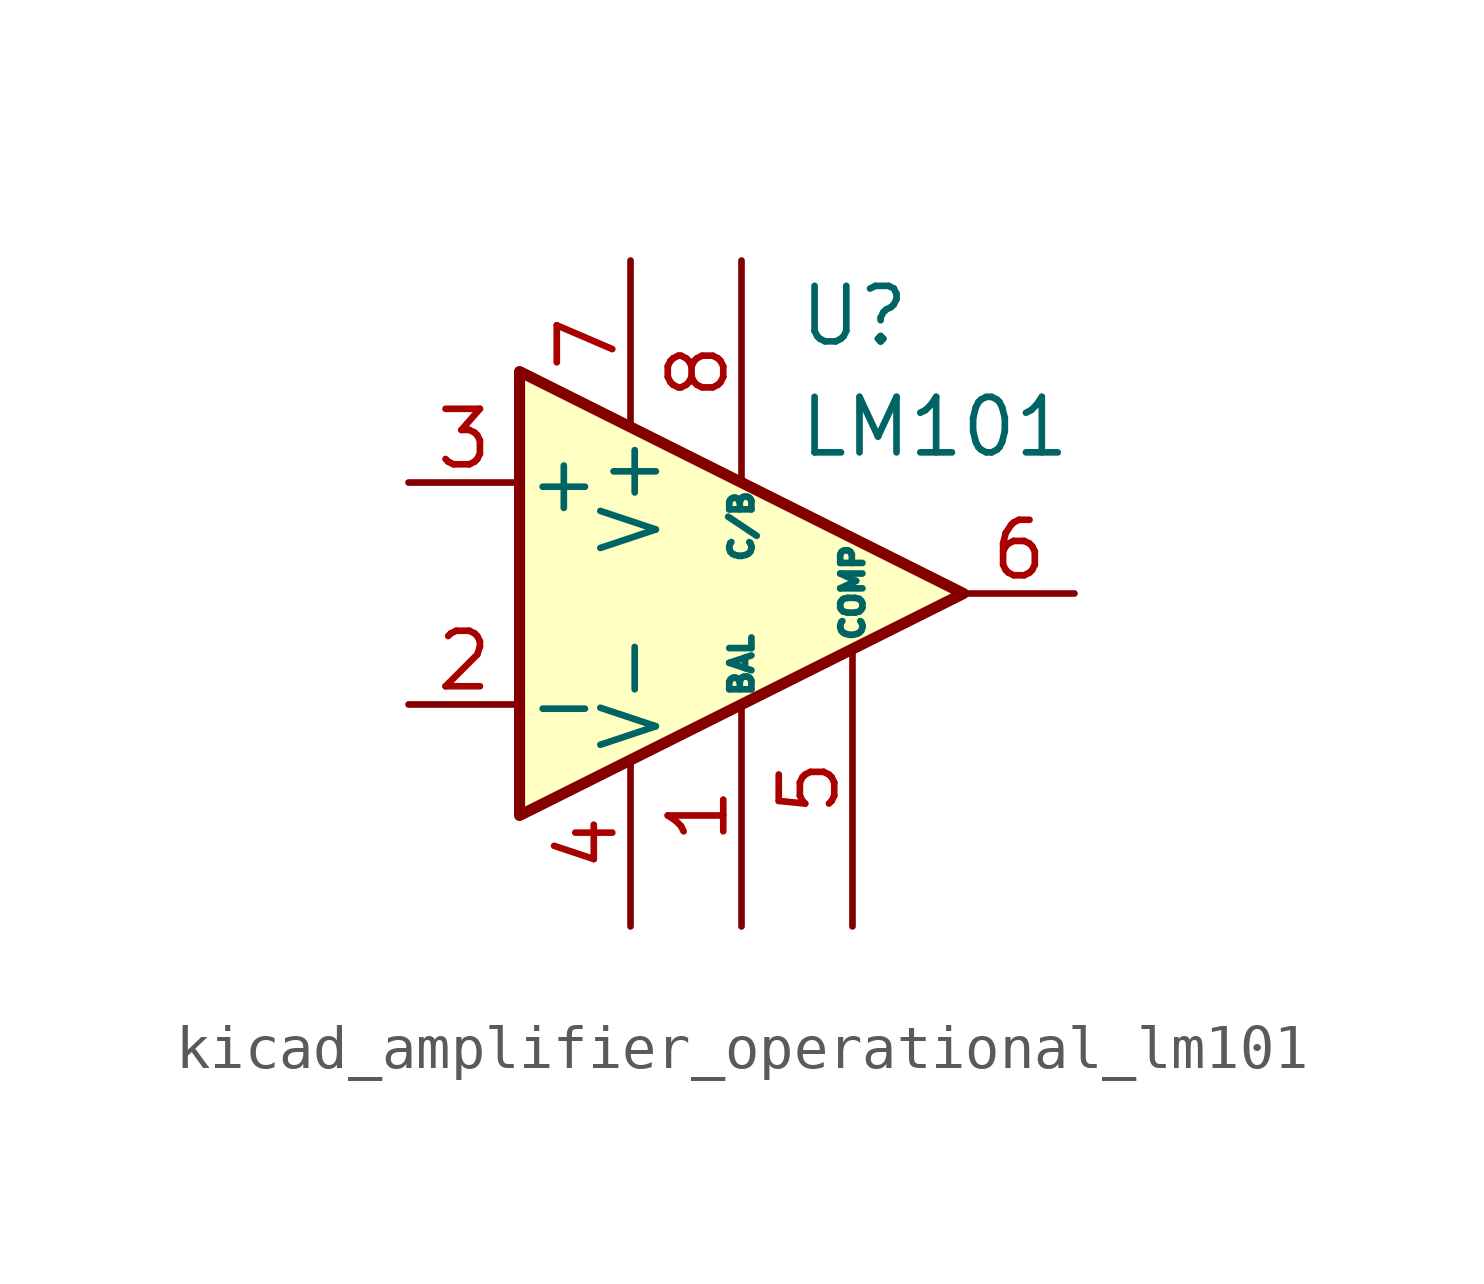
<source format=kicad_sym>
(kicad_symbol_lib
  (version 20220914)
  (generator kicad_symbol_editor)
  (symbol "kicad_amplifier_operational_lm101"
    (pin_names
      (offset 0.127))
    (property "Reference" "U"
      (at 1.27 6.35 0)
      (effects (font (size 1.27 1.27)) (justify left)))
    (property "Value" "LM101"
      (at 1.27 3.81 0)
      (effects (font (size 1.27 1.27)) (justify left)))
    (symbol "kicad_amplifier_operational_lm101_0_1"
      (polyline (pts (xy -5.08 5.08) (xy 5.08 0) (xy -5.08 -5.08) (xy -5.08 5.08)) (stroke (width 0.254) (type default)) (fill (type background))))
    (symbol "kicad_amplifier_operational_lm101_1_1"
      (pin input line (at 0 -7.62 90) (length 5.08) (name "BAL" (effects (font (size 0.508 0.508)))) (number "1" (effects (font (size 1.27 1.27)))))
      (pin input line (at -7.62 -2.54 0) (length 2.54) (name "-" (effects (font (size 1.27 1.27)))) (number "2" (effects (font (size 1.27 1.27)))))
      (pin input line (at -7.62 2.54 0) (length 2.54) (name "+" (effects (font (size 1.27 1.27)))) (number "3" (effects (font (size 1.27 1.27)))))
      (pin power_in line (at -2.54 -7.62 90) (length 3.81) (name "V-" (effects (font (size 1.27 1.27)))) (number "4" (effects (font (size 1.27 1.27)))))
      (pin input line (at 2.54 -7.62 90) (length 6.35) (name "COMP" (effects (font (size 0.508 0.508)))) (number "5" (effects (font (size 1.27 1.27)))))
      (pin output line (at 7.62 0 180) (length 2.54) (name "~" (effects (font (size 1.27 1.27)))) (number "6" (effects (font (size 1.27 1.27)))))
      (pin power_in line (at -2.54 7.62 270) (length 3.81) (name "V+" (effects (font (size 1.27 1.27)))) (number "7" (effects (font (size 1.27 1.27)))))
      (pin input line (at 0 7.62 270) (length 5.08) (name "C/B" (effects (font (size 0.508 0.508)))) (number "8" (effects (font (size 1.27 1.27))))))))
</source>
